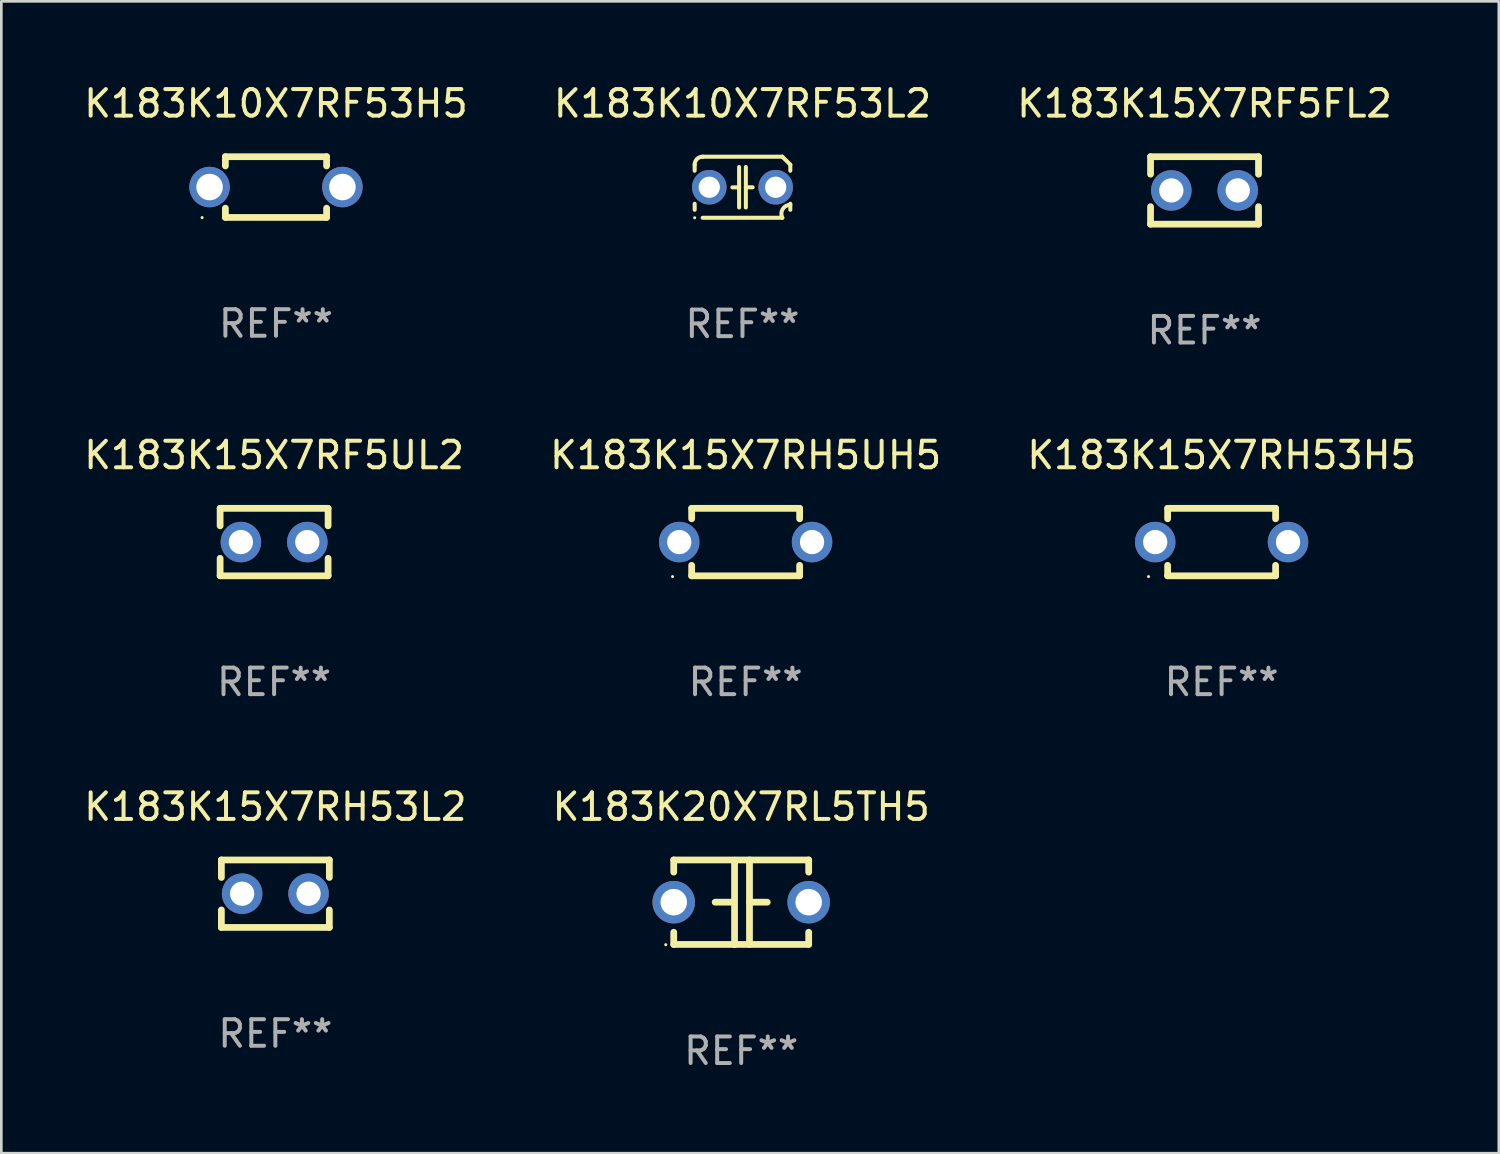
<source format=kicad_pcb>
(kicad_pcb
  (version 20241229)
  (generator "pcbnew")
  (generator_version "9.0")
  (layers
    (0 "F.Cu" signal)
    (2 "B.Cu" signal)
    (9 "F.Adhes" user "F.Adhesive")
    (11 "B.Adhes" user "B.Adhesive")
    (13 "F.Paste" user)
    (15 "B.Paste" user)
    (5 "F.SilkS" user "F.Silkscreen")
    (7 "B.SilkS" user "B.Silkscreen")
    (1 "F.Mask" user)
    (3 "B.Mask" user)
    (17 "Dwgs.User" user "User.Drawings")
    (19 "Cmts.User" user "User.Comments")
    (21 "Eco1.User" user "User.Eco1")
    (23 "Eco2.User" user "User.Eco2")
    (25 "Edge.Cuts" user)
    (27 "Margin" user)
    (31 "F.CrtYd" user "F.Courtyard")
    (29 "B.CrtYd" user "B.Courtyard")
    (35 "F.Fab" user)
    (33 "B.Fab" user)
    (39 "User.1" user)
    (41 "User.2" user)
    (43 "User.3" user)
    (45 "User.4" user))
  (footprint "K183K15X7RH53L2"
    (layer "F.Cu")
    (at 7.315 30.591)
    (property "Reference" "K183K15X7RH53L2" (at 0 -3.27 0) (layer "F.SilkS") (effects (font (size 1 1) (thickness 0.15))))
    (attr through_hole)
    (fp_line (start -2.032 -1.27) (end -2.032 -0.611) (stroke (width 0.254) (type solid)) (layer "F.SilkS"))
    (fp_line (start -2.032 0.611) (end -2.032 1.27) (stroke (width 0.254) (type solid)) (layer "F.SilkS"))
    (fp_line (start -2.032 1.27) (end 2.032 1.27) (stroke (width 0.254) (type solid)) (layer "F.SilkS"))
    (fp_line (start 2.032 -1.27) (end -2.032 -1.27) (stroke (width 0.254) (type solid)) (layer "F.SilkS"))
    (fp_line (start 2.032 -0.611) (end 2.032 -1.27) (stroke (width 0.254) (type solid)) (layer "F.SilkS"))
    (fp_line (start 2.032 1.27) (end 2.032 0.611) (stroke (width 0.254) (type solid)) (layer "F.SilkS"))
    (fp_circle (center -2 1.3) (end -1.97 1.3) (stroke (width 0.06) (type solid)) (fill no) (layer "F.SilkS"))
    (fp_text user "REF**" (at 0 5.27 0) (layer "F.Fab") (effects (font (size 1 1) (thickness 0.15))))
    (pad "1" thru_hole circle (at -1.25 0) (size 1.524 1.524) (drill 0.914) (layers "*.Cu" "*.Mask"))
    (pad "2" thru_hole circle (at 1.25 0) (size 1.524 1.524) (drill 0.914) (layers "*.Cu" "*.Mask")))
  (footprint "K183K15X7RH53H5"
    (layer "F.Cu")
    (at 42.935 17.355)
    (property "Reference" "K183K15X7RH53H5" (at 0 -3.27 0) (layer "F.SilkS") (effects (font (size 1 1) (thickness 0.15))))
    (attr through_hole)
    (fp_line (start -2.032 -1.27) (end -2.032 -0.876) (stroke (width 0.254) (type solid)) (layer "F.SilkS"))
    (fp_line (start -2.032 0.876) (end -2.032 1.27) (stroke (width 0.254) (type solid)) (layer "F.SilkS"))
    (fp_line (start -2.032 1.27) (end 2.032 1.27) (stroke (width 0.254) (type solid)) (layer "F.SilkS"))
    (fp_line (start 2.032 -1.27) (end -2.032 -1.27) (stroke (width 0.254) (type solid)) (layer "F.SilkS"))
    (fp_line (start 2.032 -0.876) (end 2.032 -1.27) (stroke (width 0.254) (type solid)) (layer "F.SilkS"))
    (fp_line (start 2.032 1.27) (end 2.032 0.876) (stroke (width 0.254) (type solid)) (layer "F.SilkS"))
    (fp_circle (center -2.751 1.3) (end -2.721 1.3) (stroke (width 0.06) (type solid)) (fill no) (layer "F.SilkS"))
    (fp_text user "REF**" (at 0 5.27 0) (layer "F.Fab") (effects (font (size 1 1) (thickness 0.15))))
    (pad "1" thru_hole circle (at -2.5 0) (size 1.524 1.524) (drill 0.914) (layers "*.Cu" "*.Mask"))
    (pad "2" thru_hole circle (at 2.5 0) (size 1.524 1.524) (drill 0.914) (layers "*.Cu" "*.Mask")))
  (footprint "K183K15X7RF5UL2"
    (layer "F.Cu")
    (at 7.268 17.355)
    (property "Reference" "K183K15X7RF5UL2" (at 0 -3.27 0) (layer "F.SilkS") (effects (font (size 1 1) (thickness 0.15))))
    (attr through_hole)
    (fp_line (start -2.032 -1.27) (end -2.032 -0.611) (stroke (width 0.254) (type solid)) (layer "F.SilkS"))
    (fp_line (start -2.032 0.611) (end -2.032 1.27) (stroke (width 0.254) (type solid)) (layer "F.SilkS"))
    (fp_line (start -2.032 1.27) (end 2.032 1.27) (stroke (width 0.254) (type solid)) (layer "F.SilkS"))
    (fp_line (start 2.032 -1.27) (end -2.032 -1.27) (stroke (width 0.254) (type solid)) (layer "F.SilkS"))
    (fp_line (start 2.032 -0.611) (end 2.032 -1.27) (stroke (width 0.254) (type solid)) (layer "F.SilkS"))
    (fp_line (start 2.032 1.27) (end 2.032 0.611) (stroke (width 0.254) (type solid)) (layer "F.SilkS"))
    (fp_circle (center -2 1.3) (end -1.97 1.3) (stroke (width 0.06) (type solid)) (fill no) (layer "F.SilkS"))
    (fp_text user "REF**" (at 0 5.27 0) (layer "F.Fab") (effects (font (size 1 1) (thickness 0.15))))
    (pad "1" thru_hole circle (at -1.25 0) (size 1.524 1.524) (drill 0.914) (layers "*.Cu" "*.Mask"))
    (pad "2" thru_hole circle (at 1.25 0) (size 1.524 1.524) (drill 0.914) (layers "*.Cu" "*.Mask")))
  (footprint "K183K20X7RL5TH5"
    (layer "F.Cu")
    (at 24.851 30.916)
    (property "Reference" "K183K20X7RL5TH5" (at 0 -3.595 0) (layer "F.SilkS") (effects (font (size 1 1) (thickness 0.15))))
    (attr through_hole)
    (fp_line (start -2.54 -1.595) (end -2.54 -1.136) (stroke (width 0.254) (type solid)) (layer "F.SilkS"))
    (fp_line (start -2.54 -1.595) (end 2.54 -1.595) (stroke (width 0.254) (type solid)) (layer "F.SilkS"))
    (fp_line (start -2.54 1.126) (end -2.54 1.585) (stroke (width 0.254) (type solid)) (layer "F.SilkS"))
    (fp_line (start -0.312 -0.005) (end -0.98 -0.005) (stroke (width 0.254) (type solid)) (layer "F.SilkS"))
    (fp_line (start -0.25 -1.585) (end -0.25 1.595) (stroke (width 0.254) (type solid)) (layer "F.SilkS"))
    (fp_line (start 0.312 -1.595) (end 0.312 1.585) (stroke (width 0.254) (type solid)) (layer "F.SilkS"))
    (fp_line (start 0.312 -0.005) (end 0.98 -0.005) (stroke (width 0.254) (type solid)) (layer "F.SilkS"))
    (fp_line (start 2.54 -1.595) (end 2.54 -1.136) (stroke (width 0.254) (type solid)) (layer "F.SilkS"))
    (fp_line (start 2.54 1.126) (end 2.54 1.585) (stroke (width 0.254) (type solid)) (layer "F.SilkS"))
    (fp_line (start 2.54 1.585) (end -2.54 1.585) (stroke (width 0.254) (type solid)) (layer "F.SilkS"))
    (fp_circle (center -2.84 1.595) (end -2.81 1.595) (stroke (width 0.06) (type solid)) (fill no) (layer "F.SilkS"))
    (fp_text user "REF**" (at 0 5.595 0) (layer "F.Fab") (effects (font (size 1 1) (thickness 0.15))))
    (pad "1" thru_hole circle (at -2.54 -0.005) (size 1.6 1.6) (drill 1) (layers "*.Cu" "*.Mask"))
    (pad "2" thru_hole circle (at 2.54 -0.005) (size 1.6 1.6) (drill 1) (layers "*.Cu" "*.Mask")))
  (footprint "K183K10X7RF53L2"
    (layer "F.Cu")
    (at 24.899 3.998)
    (property "Reference" "K183K10X7RF53L2" (at 0 -3.15 0) (layer "F.SilkS") (effects (font (size 1 1) (thickness 0.15))))
    (attr through_hole)
    (fp_line (start -1.8 -0.621) (end -1.8 -0.85) (stroke (width 0.152) (type solid)) (layer "F.SilkS"))
    (fp_line (start -1.8 0.85) (end -1.8 0.621) (stroke (width 0.152) (type solid)) (layer "F.SilkS"))
    (fp_line (start -1.5 -1.15) (end 1.5 -1.15) (stroke (width 0.152) (type solid)) (layer "F.SilkS"))
    (fp_line (start -0.127 -0.762) (end -0.127 0.762) (stroke (width 0.152) (type solid)) (layer "F.SilkS"))
    (fp_line (start -0.127 0.005) (end -0.381 0.005) (stroke (width 0.152) (type solid)) (layer "F.SilkS"))
    (fp_line (start 0.127 -0.762) (end 0.127 0.762) (stroke (width 0.152) (type solid)) (layer "F.SilkS"))
    (fp_line (start 0.127 0.002) (end 0.381 0.002) (stroke (width 0.152) (type solid)) (layer "F.SilkS"))
    (fp_line (start 1.5 1.15) (end -1.5 1.15) (stroke (width 0.152) (type solid)) (layer "F.SilkS"))
    (fp_line (start 1.8 -0.85) (end 1.8 -0.621) (stroke (width 0.152) (type solid)) (layer "F.SilkS"))
    (fp_line (start 1.8 0.621) (end 1.8 0.85) (stroke (width 0.152) (type solid)) (layer "F.SilkS"))
    (fp_arc (start -1.799975 -0.849987) (mid -1.712107 -1.062119) (end -1.499975 -1.149987) (stroke (width 0.151994) (type solid)) (layer "F.SilkS"))
    (fp_arc (start 1.499975 1.149987) (mid 1.513726 0.822359) (end 1.799975 0.662387) (stroke (width 0.151994) (type solid)) (layer "F.SilkS"))
    (fp_arc (start 1.500001 -1.149986) (mid 1.650015 -1.000001) (end 1.8 -0.849987) (stroke (width 0.151994) (type solid)) (layer "F.SilkS"))
    (fp_circle (center -1.8 1.15) (end -1.77 1.15) (stroke (width 0.06) (type solid)) (fill no) (layer "F.SilkS"))
    (fp_text user "REF**" (at 0 5.15 0) (layer "F.Fab") (effects (font (size 1 1) (thickness 0.15))))
    (pad "1" thru_hole circle (at -1.25 0) (size 1.3 1.3) (drill 0.8) (layers "*.Cu" "*.Mask"))
    (pad "2" thru_hole circle (at 1.25 0) (size 1.3 1.3) (drill 0.8) (layers "*.Cu" "*.Mask")))
  (footprint "K183K10X7RF53H5"
    (layer "F.Cu")
    (at 7.339 3.991)
    (property "Reference" "K183K10X7RF53H5" (at 0 -3.143 0) (layer "F.SilkS") (effects (font (size 1 1) (thickness 0.15))))
    (attr through_hole)
    (fp_line (start -1.905 -1.143) (end 1.905 -1.143) (stroke (width 0.254) (type solid)) (layer "F.SilkS"))
    (fp_line (start -1.905 -0.795) (end -1.905 -1.143) (stroke (width 0.254) (type solid)) (layer "F.SilkS"))
    (fp_line (start -1.905 1.143) (end -1.905 0.795) (stroke (width 0.254) (type solid)) (layer "F.SilkS"))
    (fp_line (start 1.905 -1.143) (end 1.905 -0.795) (stroke (width 0.254) (type solid)) (layer "F.SilkS"))
    (fp_line (start 1.905 0.795) (end 1.905 1.143) (stroke (width 0.254) (type solid)) (layer "F.SilkS"))
    (fp_line (start 1.905 1.143) (end -1.905 1.143) (stroke (width 0.254) (type solid)) (layer "F.SilkS"))
    (fp_circle (center -2.781 1.15) (end -2.751 1.15) (stroke (width 0.06) (type solid)) (fill no) (layer "F.SilkS"))
    (fp_text user "REF**" (at 0 5.143 0) (layer "F.Fab") (effects (font (size 1 1) (thickness 0.15))))
    (pad "1" thru_hole circle (at -2.5 0) (size 1.524 1.524) (drill 1) (layers "*.Cu" "*.Mask"))
    (pad "2" thru_hole circle (at 2.5 0) (size 1.524 1.524) (drill 1) (layers "*.Cu" "*.Mask")))
  (footprint "K183K15X7RF5FL2"
    (layer "F.Cu")
    (at 42.292 4.118)
    (property "Reference" "K183K15X7RF5FL2" (at 0 -3.27 0) (layer "F.SilkS") (effects (font (size 1 1) (thickness 0.15))))
    (attr through_hole)
    (fp_line (start -2.032 -1.27) (end -2.032 -0.611) (stroke (width 0.254) (type solid)) (layer "F.SilkS"))
    (fp_line (start -2.032 0.611) (end -2.032 1.27) (stroke (width 0.254) (type solid)) (layer "F.SilkS"))
    (fp_line (start -2.032 1.27) (end 2.032 1.27) (stroke (width 0.254) (type solid)) (layer "F.SilkS"))
    (fp_line (start 2.032 -1.27) (end -2.032 -1.27) (stroke (width 0.254) (type solid)) (layer "F.SilkS"))
    (fp_line (start 2.032 -0.611) (end 2.032 -1.27) (stroke (width 0.254) (type solid)) (layer "F.SilkS"))
    (fp_line (start 2.032 1.27) (end 2.032 0.611) (stroke (width 0.254) (type solid)) (layer "F.SilkS"))
    (fp_circle (center -2 1.3) (end -1.97 1.3) (stroke (width 0.06) (type solid)) (fill no) (layer "F.SilkS"))
    (fp_text user "REF**" (at 0 5.27 0) (layer "F.Fab") (effects (font (size 1 1) (thickness 0.15))))
    (pad "1" thru_hole circle (at -1.25 0) (size 1.524 1.524) (drill 0.914) (layers "*.Cu" "*.Mask"))
    (pad "2" thru_hole circle (at 1.25 0) (size 1.524 1.524) (drill 0.914) (layers "*.Cu" "*.Mask")))
  (footprint "K183K15X7RH5UH5"
    (layer "F.Cu")
    (at 25.018 17.355)
    (property "Reference" "K183K15X7RH5UH5" (at 0 -3.27 0) (layer "F.SilkS") (effects (font (size 1 1) (thickness 0.15))))
    (attr through_hole)
    (fp_line (start -2.032 -1.27) (end -2.032 -0.876) (stroke (width 0.254) (type solid)) (layer "F.SilkS"))
    (fp_line (start -2.032 0.876) (end -2.032 1.27) (stroke (width 0.254) (type solid)) (layer "F.SilkS"))
    (fp_line (start -2.032 1.27) (end 2.032 1.27) (stroke (width 0.254) (type solid)) (layer "F.SilkS"))
    (fp_line (start 2.032 -1.27) (end -2.032 -1.27) (stroke (width 0.254) (type solid)) (layer "F.SilkS"))
    (fp_line (start 2.032 -0.876) (end 2.032 -1.27) (stroke (width 0.254) (type solid)) (layer "F.SilkS"))
    (fp_line (start 2.032 1.27) (end 2.032 0.876) (stroke (width 0.254) (type solid)) (layer "F.SilkS"))
    (fp_circle (center -2.751 1.3) (end -2.721 1.3) (stroke (width 0.06) (type solid)) (fill no) (layer "F.SilkS"))
    (fp_text user "REF**" (at 0 5.27 0) (layer "F.Fab") (effects (font (size 1 1) (thickness 0.15))))
    (pad "1" thru_hole circle (at -2.5 0) (size 1.524 1.524) (drill 0.914) (layers "*.Cu" "*.Mask"))
    (pad "2" thru_hole circle (at 2.5 0) (size 1.524 1.524) (drill 0.914) (layers "*.Cu" "*.Mask")))
  (gr_rect
    (start -3 -3)
    (end 53.369 40.359)
    (stroke (width 0.1) (type default))
    (fill no)
    (layer "Edge.Cuts")))
</source>
